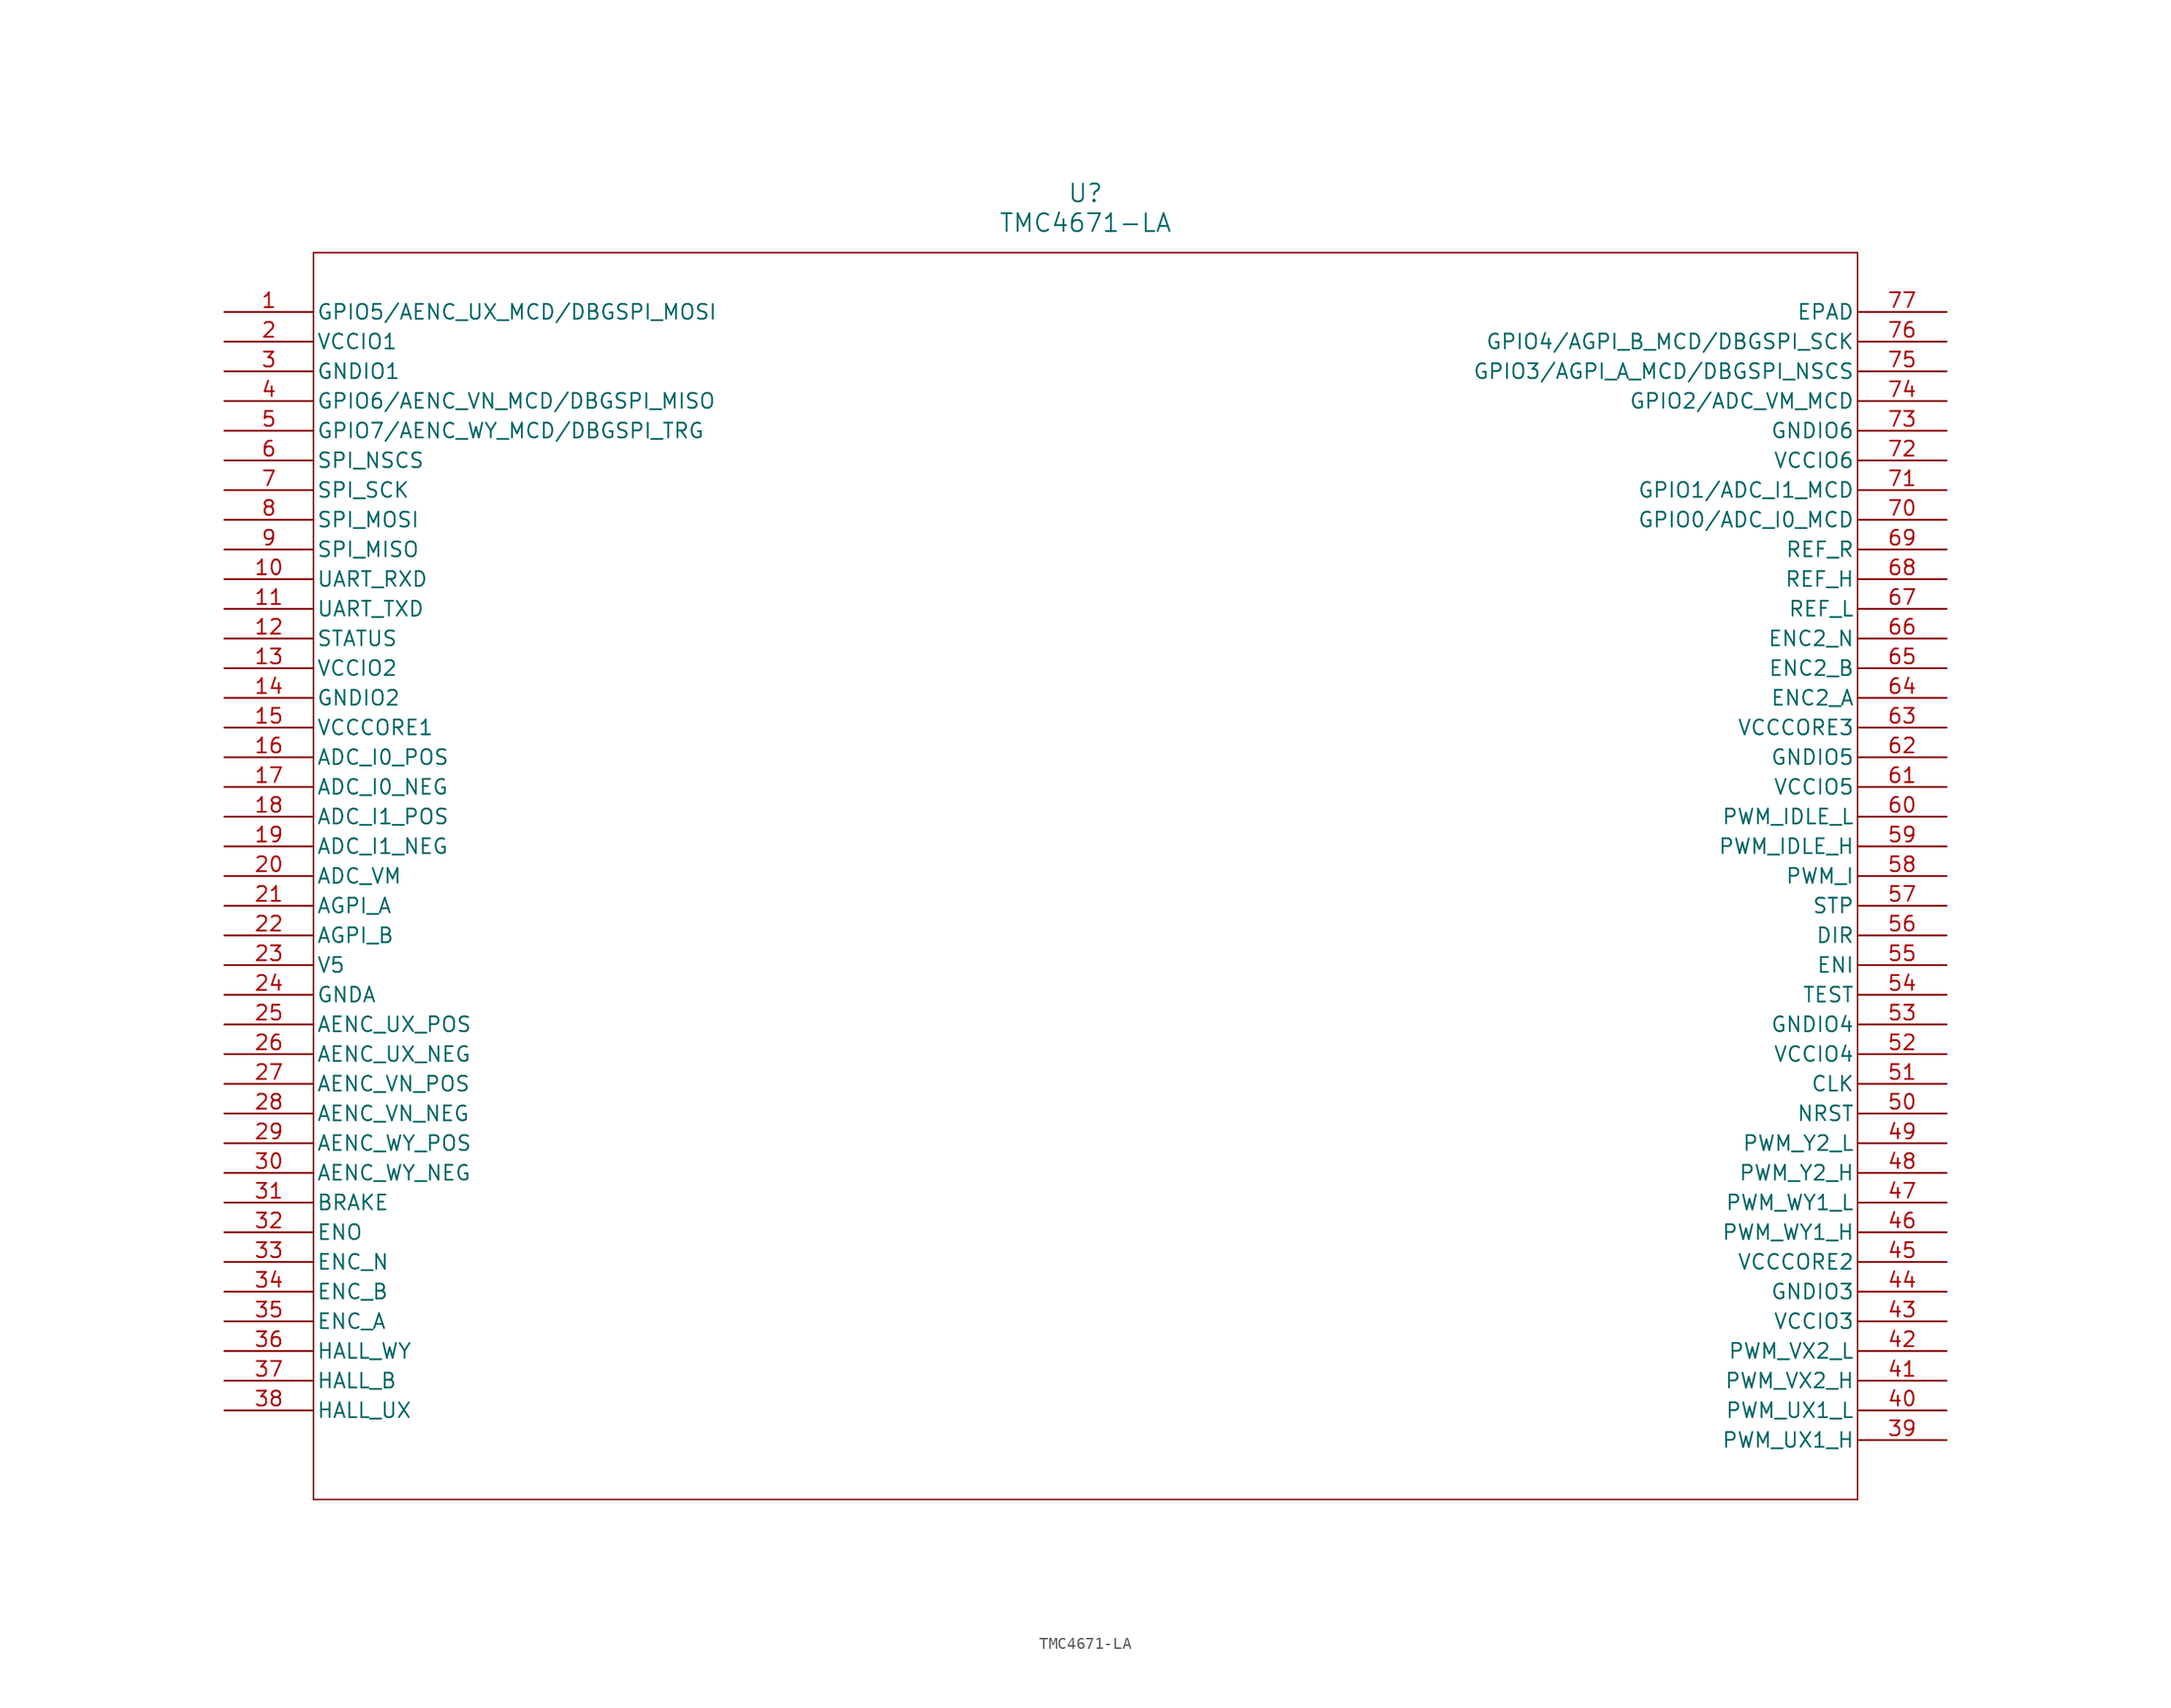
<source format=kicad_sym>
(kicad_symbol_lib
  (version 20211014)
  (generator kicad_symbol_editor)
  (symbol "TMC4671-LA"
    (pin_names
      (offset 0.254))
    (property "Reference" "U"
      (at 73.66 10.16 0)
      (effects (font (size 1.524 1.524))))
    (property "Value" "TMC4671-LA"
      (at 73.66 7.62 0)
      (effects (font (size 1.524 1.524))))
    (symbol "TMC4671-LA_0_1"
      (polyline (pts (xy 7.62 5.08) (xy 7.62 -101.6)) (stroke (width 0.127) (type default) (color 0 0 0 0)) (fill (type none)))
      (polyline (pts (xy 7.62 -101.6) (xy 139.7 -101.6)) (stroke (width 0.127) (type default) (color 0 0 0 0)) (fill (type none)))
      (polyline (pts (xy 139.7 -101.6) (xy 139.7 5.08)) (stroke (width 0.127) (type default) (color 0 0 0 0)) (fill (type none)))
      (polyline (pts (xy 139.7 5.08) (xy 7.62 5.08)) (stroke (width 0.127) (type default) (color 0 0 0 0)) (fill (type none)))
      (pin bidirectional line (at 0 0 0) (length 7.62) (name "GPIO5/AENC_UX_MCD/DBGSPI_MOSI" (effects (font (size 1.27 1.27)))) (number "1" (effects (font (size 1.27 1.27)))))
      (pin power_in line (at 0 -2.54 0) (length 7.62) (name "VCCIO1" (effects (font (size 1.27 1.27)))) (number "2" (effects (font (size 1.27 1.27)))))
      (pin power_in line (at 0 -5.08 0) (length 7.62) (name "GNDIO1" (effects (font (size 1.27 1.27)))) (number "3" (effects (font (size 1.27 1.27)))))
      (pin bidirectional line (at 0 -7.62 0) (length 7.62) (name "GPIO6/AENC_VN_MCD/DBGSPI_MISO" (effects (font (size 1.27 1.27)))) (number "4" (effects (font (size 1.27 1.27)))))
      (pin bidirectional line (at 0 -10.16 0) (length 7.62) (name "GPIO7/AENC_WY_MCD/DBGSPI_TRG" (effects (font (size 1.27 1.27)))) (number "5" (effects (font (size 1.27 1.27)))))
      (pin input line (at 0 -12.7 0) (length 7.62) (name "SPI_NSCS" (effects (font (size 1.27 1.27)))) (number "6" (effects (font (size 1.27 1.27)))))
      (pin input line (at 0 -15.24 0) (length 7.62) (name "SPI_SCK" (effects (font (size 1.27 1.27)))) (number "7" (effects (font (size 1.27 1.27)))))
      (pin input line (at 0 -17.78 0) (length 7.62) (name "SPI_MOSI" (effects (font (size 1.27 1.27)))) (number "8" (effects (font (size 1.27 1.27)))))
      (pin output line (at 0 -20.32 0) (length 7.62) (name "SPI_MISO" (effects (font (size 1.27 1.27)))) (number "9" (effects (font (size 1.27 1.27)))))
      (pin input line (at 0 -22.86 0) (length 7.62) (name "UART_RXD" (effects (font (size 1.27 1.27)))) (number "10" (effects (font (size 1.27 1.27)))))
      (pin output line (at 0 -25.4 0) (length 7.62) (name "UART_TXD" (effects (font (size 1.27 1.27)))) (number "11" (effects (font (size 1.27 1.27)))))
      (pin output line (at 0 -27.94 0) (length 7.62) (name "STATUS" (effects (font (size 1.27 1.27)))) (number "12" (effects (font (size 1.27 1.27)))))
      (pin power_in line (at 0 -30.48 0) (length 7.62) (name "VCCIO2" (effects (font (size 1.27 1.27)))) (number "13" (effects (font (size 1.27 1.27)))))
      (pin power_in line (at 0 -33.02 0) (length 7.62) (name "GNDIO2" (effects (font (size 1.27 1.27)))) (number "14" (effects (font (size 1.27 1.27)))))
      (pin power_in line (at 0 -35.56 0) (length 7.62) (name "VCCCORE1" (effects (font (size 1.27 1.27)))) (number "15" (effects (font (size 1.27 1.27)))))
      (pin input line (at 0 -38.1 0) (length 7.62) (name "ADC_I0_POS" (effects (font (size 1.27 1.27)))) (number "16" (effects (font (size 1.27 1.27)))))
      (pin input line (at 0 -40.64 0) (length 7.62) (name "ADC_I0_NEG" (effects (font (size 1.27 1.27)))) (number "17" (effects (font (size 1.27 1.27)))))
      (pin input line (at 0 -43.18 0) (length 7.62) (name "ADC_I1_POS" (effects (font (size 1.27 1.27)))) (number "18" (effects (font (size 1.27 1.27)))))
      (pin input line (at 0 -45.72 0) (length 7.62) (name "ADC_I1_NEG" (effects (font (size 1.27 1.27)))) (number "19" (effects (font (size 1.27 1.27)))))
      (pin input line (at 0 -48.26 0) (length 7.62) (name "ADC_VM" (effects (font (size 1.27 1.27)))) (number "20" (effects (font (size 1.27 1.27)))))
      (pin input line (at 0 -50.8 0) (length 7.62) (name "AGPI_A" (effects (font (size 1.27 1.27)))) (number "21" (effects (font (size 1.27 1.27)))))
      (pin input line (at 0 -53.34 0) (length 7.62) (name "AGPI_B" (effects (font (size 1.27 1.27)))) (number "22" (effects (font (size 1.27 1.27)))))
      (pin power_in line (at 0 -55.88 0) (length 7.62) (name "V5" (effects (font (size 1.27 1.27)))) (number "23" (effects (font (size 1.27 1.27)))))
      (pin power_in line (at 0 -58.42 0) (length 7.62) (name "GNDA" (effects (font (size 1.27 1.27)))) (number "24" (effects (font (size 1.27 1.27)))))
      (pin input line (at 0 -60.96 0) (length 7.62) (name "AENC_UX_POS" (effects (font (size 1.27 1.27)))) (number "25" (effects (font (size 1.27 1.27)))))
      (pin input line (at 0 -63.5 0) (length 7.62) (name "AENC_UX_NEG" (effects (font (size 1.27 1.27)))) (number "26" (effects (font (size 1.27 1.27)))))
      (pin input line (at 0 -66.04 0) (length 7.62) (name "AENC_VN_POS" (effects (font (size 1.27 1.27)))) (number "27" (effects (font (size 1.27 1.27)))))
      (pin input line (at 0 -68.58 0) (length 7.62) (name "AENC_VN_NEG" (effects (font (size 1.27 1.27)))) (number "28" (effects (font (size 1.27 1.27)))))
      (pin input line (at 0 -71.12 0) (length 7.62) (name "AENC_WY_POS" (effects (font (size 1.27 1.27)))) (number "29" (effects (font (size 1.27 1.27)))))
      (pin input line (at 0 -73.66 0) (length 7.62) (name "AENC_WY_NEG" (effects (font (size 1.27 1.27)))) (number "30" (effects (font (size 1.27 1.27)))))
      (pin output line (at 0 -76.2 0) (length 7.62) (name "BRAKE" (effects (font (size 1.27 1.27)))) (number "31" (effects (font (size 1.27 1.27)))))
      (pin output line (at 0 -78.74 0) (length 7.62) (name "ENO" (effects (font (size 1.27 1.27)))) (number "32" (effects (font (size 1.27 1.27)))))
      (pin input line (at 0 -81.28 0) (length 7.62) (name "ENC_N" (effects (font (size 1.27 1.27)))) (number "33" (effects (font (size 1.27 1.27)))))
      (pin input line (at 0 -83.82 0) (length 7.62) (name "ENC_B" (effects (font (size 1.27 1.27)))) (number "34" (effects (font (size 1.27 1.27)))))
      (pin input line (at 0 -86.36 0) (length 7.62) (name "ENC_A" (effects (font (size 1.27 1.27)))) (number "35" (effects (font (size 1.27 1.27)))))
      (pin input line (at 0 -88.9 0) (length 7.62) (name "HALL_WY" (effects (font (size 1.27 1.27)))) (number "36" (effects (font (size 1.27 1.27)))))
      (pin input line (at 0 -91.44 0) (length 7.62) (name "HALL_B" (effects (font (size 1.27 1.27)))) (number "37" (effects (font (size 1.27 1.27)))))
      (pin input line (at 0 -93.98 0) (length 7.62) (name "HALL_UX" (effects (font (size 1.27 1.27)))) (number "38" (effects (font (size 1.27 1.27)))))
      (pin output line (at 147.32 -96.52 180) (length 7.62) (name "PWM_UX1_H" (effects (font (size 1.27 1.27)))) (number "39" (effects (font (size 1.27 1.27)))))
      (pin output line (at 147.32 -93.98 180) (length 7.62) (name "PWM_UX1_L" (effects (font (size 1.27 1.27)))) (number "40" (effects (font (size 1.27 1.27)))))
      (pin output line (at 147.32 -91.44 180) (length 7.62) (name "PWM_VX2_H" (effects (font (size 1.27 1.27)))) (number "41" (effects (font (size 1.27 1.27)))))
      (pin output line (at 147.32 -88.9 180) (length 7.62) (name "PWM_VX2_L" (effects (font (size 1.27 1.27)))) (number "42" (effects (font (size 1.27 1.27)))))
      (pin power_in line (at 147.32 -86.36 180) (length 7.62) (name "VCCIO3" (effects (font (size 1.27 1.27)))) (number "43" (effects (font (size 1.27 1.27)))))
      (pin power_in line (at 147.32 -83.82 180) (length 7.62) (name "GNDIO3" (effects (font (size 1.27 1.27)))) (number "44" (effects (font (size 1.27 1.27)))))
      (pin power_in line (at 147.32 -81.28 180) (length 7.62) (name "VCCCORE2" (effects (font (size 1.27 1.27)))) (number "45" (effects (font (size 1.27 1.27)))))
      (pin output line (at 147.32 -78.74 180) (length 7.62) (name "PWM_WY1_H" (effects (font (size 1.27 1.27)))) (number "46" (effects (font (size 1.27 1.27)))))
      (pin output line (at 147.32 -76.2 180) (length 7.62) (name "PWM_WY1_L" (effects (font (size 1.27 1.27)))) (number "47" (effects (font (size 1.27 1.27)))))
      (pin output line (at 147.32 -73.66 180) (length 7.62) (name "PWM_Y2_H" (effects (font (size 1.27 1.27)))) (number "48" (effects (font (size 1.27 1.27)))))
      (pin output line (at 147.32 -71.12 180) (length 7.62) (name "PWM_Y2_L" (effects (font (size 1.27 1.27)))) (number "49" (effects (font (size 1.27 1.27)))))
      (pin input line (at 147.32 -68.58 180) (length 7.62) (name "NRST" (effects (font (size 1.27 1.27)))) (number "50" (effects (font (size 1.27 1.27)))))
      (pin input line (at 147.32 -66.04 180) (length 7.62) (name "CLK" (effects (font (size 1.27 1.27)))) (number "51" (effects (font (size 1.27 1.27)))))
      (pin power_in line (at 147.32 -63.5 180) (length 7.62) (name "VCCIO4" (effects (font (size 1.27 1.27)))) (number "52" (effects (font (size 1.27 1.27)))))
      (pin power_in line (at 147.32 -60.96 180) (length 7.62) (name "GNDIO4" (effects (font (size 1.27 1.27)))) (number "53" (effects (font (size 1.27 1.27)))))
      (pin input line (at 147.32 -58.42 180) (length 7.62) (name "TEST" (effects (font (size 1.27 1.27)))) (number "54" (effects (font (size 1.27 1.27)))))
      (pin input line (at 147.32 -55.88 180) (length 7.62) (name "ENI" (effects (font (size 1.27 1.27)))) (number "55" (effects (font (size 1.27 1.27)))))
      (pin input line (at 147.32 -53.34 180) (length 7.62) (name "DIR" (effects (font (size 1.27 1.27)))) (number "56" (effects (font (size 1.27 1.27)))))
      (pin input line (at 147.32 -50.8 180) (length 7.62) (name "STP" (effects (font (size 1.27 1.27)))) (number "57" (effects (font (size 1.27 1.27)))))
      (pin input line (at 147.32 -48.26 180) (length 7.62) (name "PWM_I" (effects (font (size 1.27 1.27)))) (number "58" (effects (font (size 1.27 1.27)))))
      (pin input line (at 147.32 -45.72 180) (length 7.62) (name "PWM_IDLE_H" (effects (font (size 1.27 1.27)))) (number "59" (effects (font (size 1.27 1.27)))))
      (pin input line (at 147.32 -43.18 180) (length 7.62) (name "PWM_IDLE_L" (effects (font (size 1.27 1.27)))) (number "60" (effects (font (size 1.27 1.27)))))
      (pin power_in line (at 147.32 -40.64 180) (length 7.62) (name "VCCIO5" (effects (font (size 1.27 1.27)))) (number "61" (effects (font (size 1.27 1.27)))))
      (pin power_in line (at 147.32 -38.1 180) (length 7.62) (name "GNDIO5" (effects (font (size 1.27 1.27)))) (number "62" (effects (font (size 1.27 1.27)))))
      (pin power_in line (at 147.32 -35.56 180) (length 7.62) (name "VCCCORE3" (effects (font (size 1.27 1.27)))) (number "63" (effects (font (size 1.27 1.27)))))
      (pin input line (at 147.32 -33.02 180) (length 7.62) (name "ENC2_A" (effects (font (size 1.27 1.27)))) (number "64" (effects (font (size 1.27 1.27)))))
      (pin input line (at 147.32 -30.48 180) (length 7.62) (name "ENC2_B" (effects (font (size 1.27 1.27)))) (number "65" (effects (font (size 1.27 1.27)))))
      (pin input line (at 147.32 -27.94 180) (length 7.62) (name "ENC2_N" (effects (font (size 1.27 1.27)))) (number "66" (effects (font (size 1.27 1.27)))))
      (pin input line (at 147.32 -25.4 180) (length 7.62) (name "REF_L" (effects (font (size 1.27 1.27)))) (number "67" (effects (font (size 1.27 1.27)))))
      (pin input line (at 147.32 -22.86 180) (length 7.62) (name "REF_H" (effects (font (size 1.27 1.27)))) (number "68" (effects (font (size 1.27 1.27)))))
      (pin input line (at 147.32 -20.32 180) (length 7.62) (name "REF_R" (effects (font (size 1.27 1.27)))) (number "69" (effects (font (size 1.27 1.27)))))
      (pin bidirectional line (at 147.32 -17.78 180) (length 7.62) (name "GPIO0/ADC_I0_MCD" (effects (font (size 1.27 1.27)))) (number "70" (effects (font (size 1.27 1.27)))))
      (pin bidirectional line (at 147.32 -15.24 180) (length 7.62) (name "GPIO1/ADC_I1_MCD" (effects (font (size 1.27 1.27)))) (number "71" (effects (font (size 1.27 1.27)))))
      (pin power_in line (at 147.32 -12.7 180) (length 7.62) (name "VCCIO6" (effects (font (size 1.27 1.27)))) (number "72" (effects (font (size 1.27 1.27)))))
      (pin power_in line (at 147.32 -10.16 180) (length 7.62) (name "GNDIO6" (effects (font (size 1.27 1.27)))) (number "73" (effects (font (size 1.27 1.27)))))
      (pin bidirectional line (at 147.32 -7.62 180) (length 7.62) (name "GPIO2/ADC_VM_MCD" (effects (font (size 1.27 1.27)))) (number "74" (effects (font (size 1.27 1.27)))))
      (pin bidirectional line (at 147.32 -5.08 180) (length 7.62) (name "GPIO3/AGPI_A_MCD/DBGSPI_NSCS" (effects (font (size 1.27 1.27)))) (number "75" (effects (font (size 1.27 1.27)))))
      (pin bidirectional line (at 147.32 -2.54 180) (length 7.62) (name "GPIO4/AGPI_B_MCD/DBGSPI_SCK" (effects (font (size 1.27 1.27)))) (number "76" (effects (font (size 1.27 1.27)))))
      (pin unspecified line (at 147.32 0 180) (length 7.62) (name "EPAD" (effects (font (size 1.27 1.27)))) (number "77" (effects (font (size 1.27 1.27))))))))
</source>
